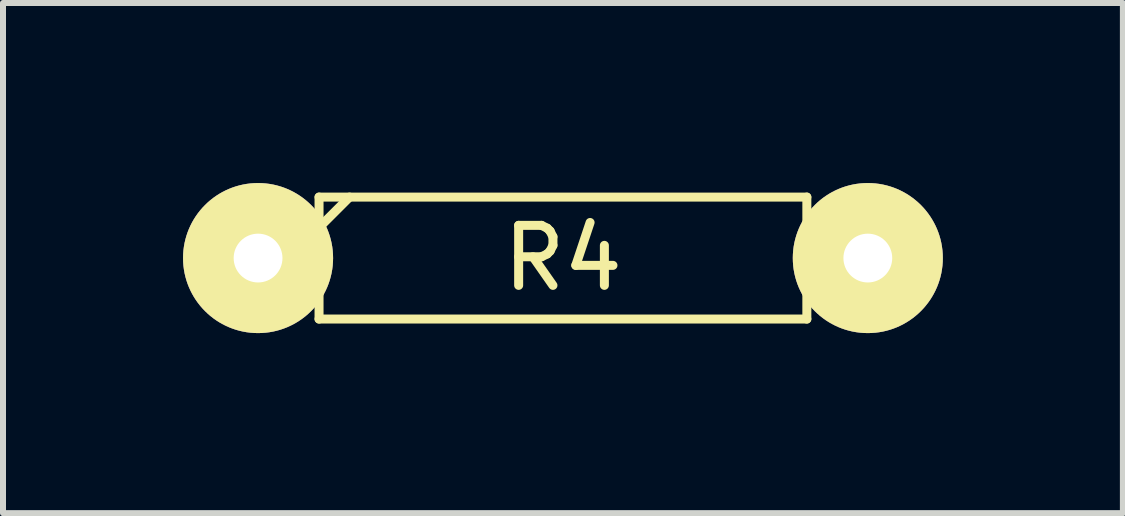
<source format=kicad_pcb>
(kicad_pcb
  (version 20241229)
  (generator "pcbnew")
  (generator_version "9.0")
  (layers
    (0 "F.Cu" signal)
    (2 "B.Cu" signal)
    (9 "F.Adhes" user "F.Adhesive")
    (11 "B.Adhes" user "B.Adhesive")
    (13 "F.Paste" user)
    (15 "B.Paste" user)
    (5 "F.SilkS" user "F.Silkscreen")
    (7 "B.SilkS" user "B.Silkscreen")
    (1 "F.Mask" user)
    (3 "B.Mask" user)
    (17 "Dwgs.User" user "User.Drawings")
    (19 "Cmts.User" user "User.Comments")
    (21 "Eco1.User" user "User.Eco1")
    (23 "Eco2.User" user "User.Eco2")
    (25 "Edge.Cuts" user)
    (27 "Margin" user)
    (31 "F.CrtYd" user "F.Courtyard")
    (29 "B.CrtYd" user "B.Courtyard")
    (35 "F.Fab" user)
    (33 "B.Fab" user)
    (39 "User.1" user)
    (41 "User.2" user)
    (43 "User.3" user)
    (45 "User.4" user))
  (footprint "R4"
    (layer "F.Cu")
    (at 6.33 1.25)
    (property "Reference" "R4" (at 0 0 0) (layer "F.SilkS") (effects (font (size 1 1) (thickness 0.15))))
    (attr through_hole)
    (fp_line (start -5.08 0) (end -4.064 0) (stroke (width 0.15) (type solid)) (layer "F.SilkS"))
    (fp_line (start -4.064 -1.016) (end 4.064 -1.016) (stroke (width 0.15) (type solid)) (layer "F.SilkS"))
    (fp_line (start -4.064 -0.508) (end -3.556 -1.016) (stroke (width 0.15) (type solid)) (layer "F.SilkS"))
    (fp_line (start -4.064 0) (end -4.064 -1.016) (stroke (width 0.15) (type solid)) (layer "F.SilkS"))
    (fp_line (start -4.064 1.016) (end -4.064 0) (stroke (width 0.15) (type solid)) (layer "F.SilkS"))
    (fp_line (start 4.064 -1.016) (end 4.064 1.016) (stroke (width 0.15) (type solid)) (layer "F.SilkS"))
    (fp_line (start 4.064 1.016) (end -4.064 1.016) (stroke (width 0.15) (type solid)) (layer "F.SilkS"))
    (fp_line (start 5.08 0) (end 4.064 0) (stroke (width 0.15) (type solid)) (layer "F.SilkS"))
    (pad "1" thru_hole circle (at -5.08 0) (size 2.5 2.5) (drill 0.813) (layers "*.Cu" "*.Mask" "F.SilkS"))
    (pad "2" thru_hole circle (at 5.08 0) (size 2.5 2.5) (drill 0.813) (layers "*.Cu" "*.Mask" "F.SilkS")))
  (gr_rect
    (start -3 -3)
    (end 15.66 5.5)
    (stroke (width 0.1) (type default))
    (fill no)
    (layer "Edge.Cuts")))
</source>
